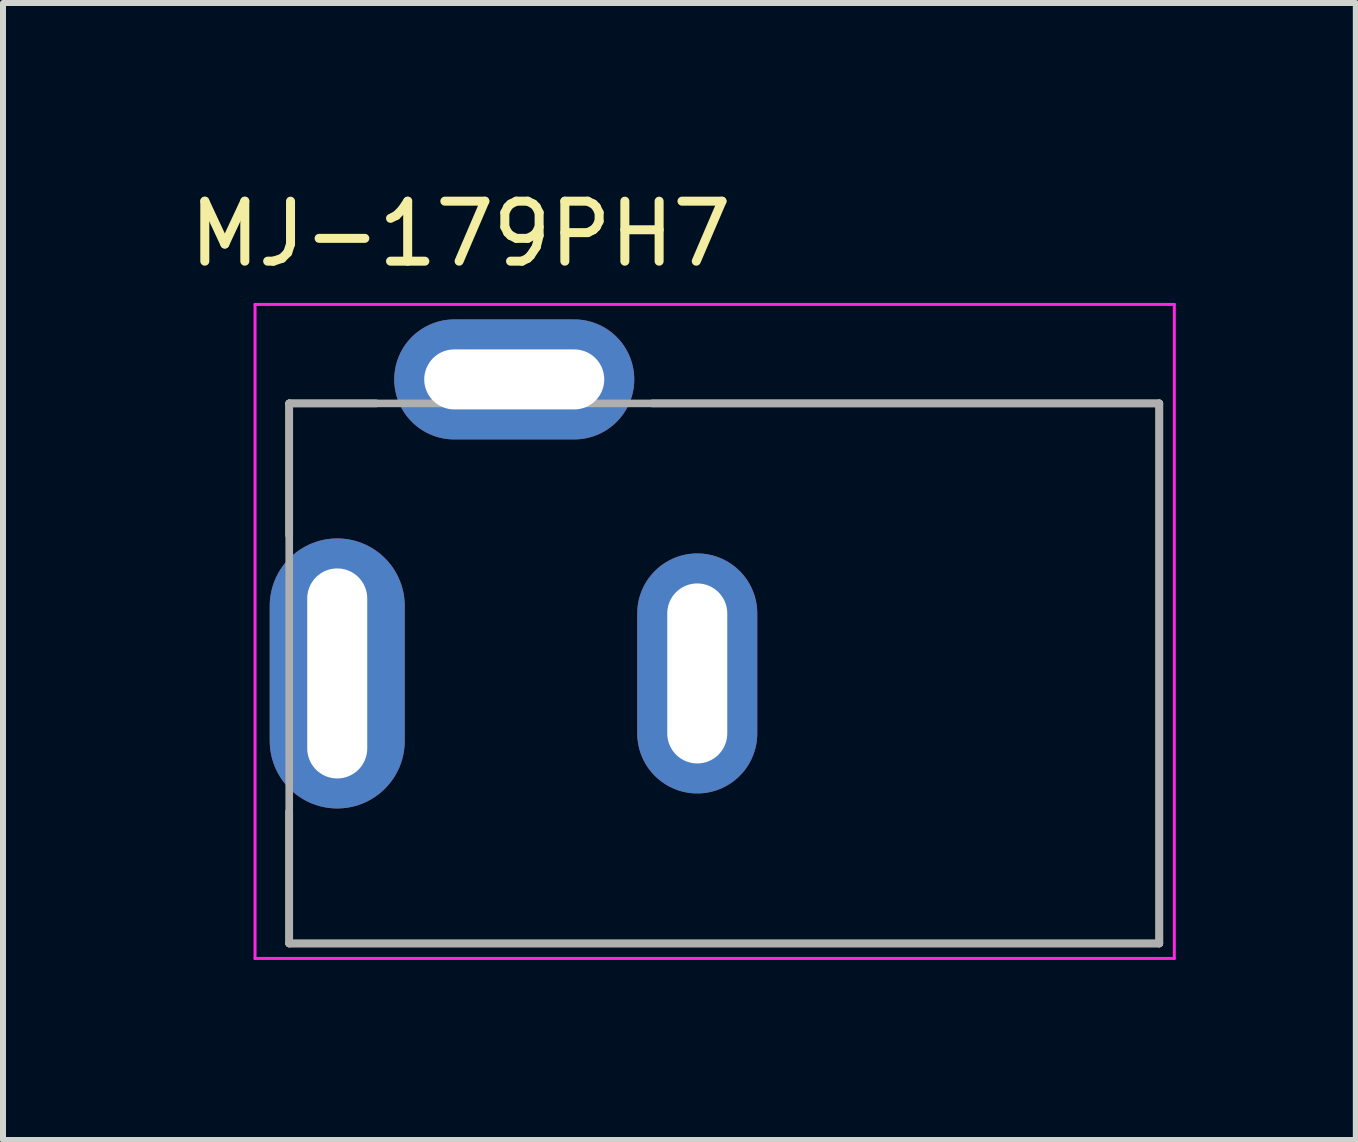
<source format=kicad_pcb>
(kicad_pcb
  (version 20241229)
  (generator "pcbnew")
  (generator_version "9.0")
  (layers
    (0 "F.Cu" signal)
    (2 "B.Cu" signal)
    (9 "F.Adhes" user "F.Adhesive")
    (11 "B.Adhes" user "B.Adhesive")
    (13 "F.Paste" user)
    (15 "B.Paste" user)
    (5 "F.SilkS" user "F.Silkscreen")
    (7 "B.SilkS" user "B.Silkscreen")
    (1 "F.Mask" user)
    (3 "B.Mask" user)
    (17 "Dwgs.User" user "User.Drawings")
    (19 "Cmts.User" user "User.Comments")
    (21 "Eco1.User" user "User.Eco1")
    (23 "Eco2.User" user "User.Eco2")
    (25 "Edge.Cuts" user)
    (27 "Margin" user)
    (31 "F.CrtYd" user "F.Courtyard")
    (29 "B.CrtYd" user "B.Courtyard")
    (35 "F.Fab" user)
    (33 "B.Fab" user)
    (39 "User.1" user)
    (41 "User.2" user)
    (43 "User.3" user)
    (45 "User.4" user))
  (footprint "MJ-179PH7"
    (layer "F.Cu")
    (at 9.02 8.173)
    (property "Reference" "MJ-179PH7" (at -4.395 -7.325 0) (layer "F.SilkS") (effects (font (size 1 1) (thickness 0.15))))
    (attr through_hole)
    (fp_line (start -7.25 -4.5) (end -7.25 -2.3) (stroke (width 0.127) (type solid)) (layer "F.SilkS"))
    (fp_line (start -7.25 4.5) (end -7.25 2.3) (stroke (width 0.127) (type solid)) (layer "F.SilkS"))
    (fp_line (start -5.8 -4.5) (end -7.25 -4.5) (stroke (width 0.127) (type solid)) (layer "F.SilkS"))
    (fp_line (start -1.2 -4.5) (end 7.25 -4.5) (stroke (width 0.127) (type solid)) (layer "F.SilkS"))
    (fp_line (start 7.25 -4.5) (end 7.25 4.5) (stroke (width 0.127) (type solid)) (layer "F.SilkS"))
    (fp_line (start 7.25 4.5) (end -7.25 4.5) (stroke (width 0.127) (type solid)) (layer "F.SilkS"))
    (fp_line (start -7.82 -6.15) (end -7.82 4.75) (stroke (width 0.05) (type solid)) (layer "F.CrtYd"))
    (fp_line (start -7.82 4.75) (end 7.5 4.75) (stroke (width 0.05) (type solid)) (layer "F.CrtYd"))
    (fp_line (start 7.5 -6.15) (end -7.82 -6.15) (stroke (width 0.05) (type solid)) (layer "F.CrtYd"))
    (fp_line (start 7.5 4.75) (end 7.5 -6.15) (stroke (width 0.05) (type solid)) (layer "F.CrtYd"))
    (fp_line (start -7.25 -4.5) (end 7.25 -4.5) (stroke (width 0.127) (type solid)) (layer "F.Fab"))
    (fp_line (start -7.25 4.5) (end -7.25 -4.5) (stroke (width 0.127) (type solid)) (layer "F.Fab"))
    (fp_line (start 7.25 -4.5) (end 7.25 4.5) (stroke (width 0.127) (type solid)) (layer "F.Fab"))
    (fp_line (start 7.25 4.5) (end -7.25 4.5) (stroke (width 0.127) (type solid)) (layer "F.Fab"))
    (pad "B" thru_hole oval (at -3.5 -4.9) (size 4 2) (drill oval 3 1) (layers "*.Cu" "*.Mask"))
    (pad "J" thru_hole oval (at -6.45 0) (size 2.25 4.5) (drill oval 1 3.5) (layers "*.Cu" "*.Mask"))
    (pad "S" thru_hole oval (at -0.45 0) (size 2 4) (drill oval 1 3) (layers "*.Cu" "*.Mask")))
  (gr_rect
    (start -3 -3)
    (end 19.545 15.948)
    (stroke (width 0.1) (type default))
    (fill no)
    (layer "Edge.Cuts")))
</source>
